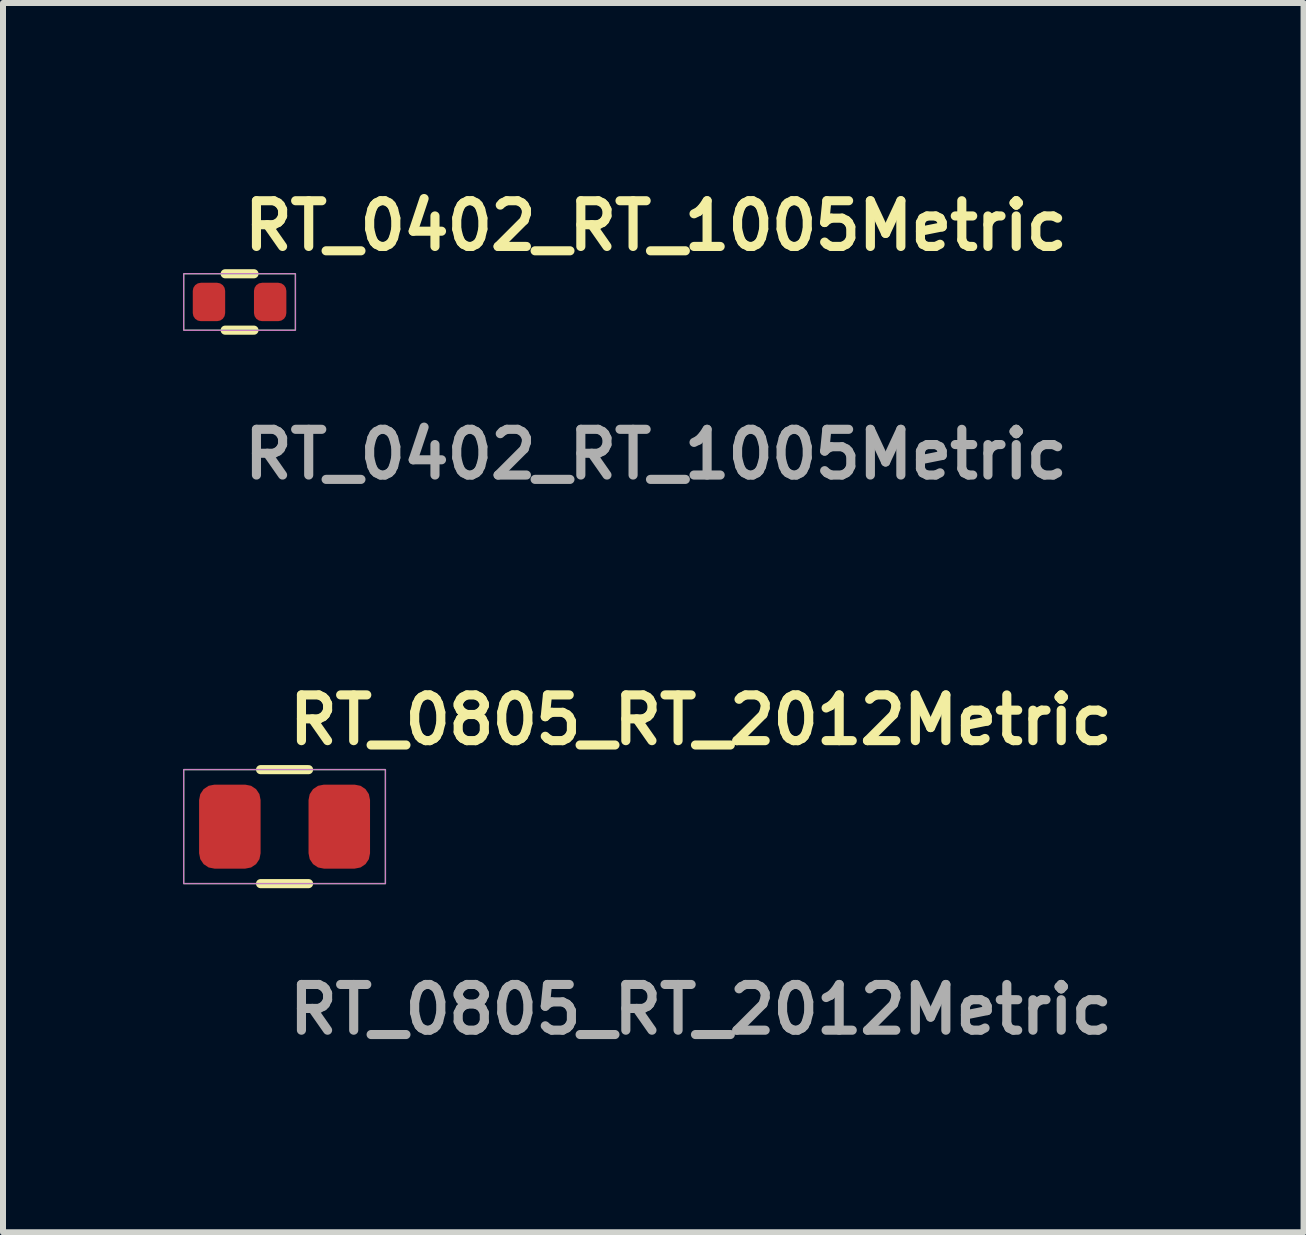
<source format=kicad_pcb>
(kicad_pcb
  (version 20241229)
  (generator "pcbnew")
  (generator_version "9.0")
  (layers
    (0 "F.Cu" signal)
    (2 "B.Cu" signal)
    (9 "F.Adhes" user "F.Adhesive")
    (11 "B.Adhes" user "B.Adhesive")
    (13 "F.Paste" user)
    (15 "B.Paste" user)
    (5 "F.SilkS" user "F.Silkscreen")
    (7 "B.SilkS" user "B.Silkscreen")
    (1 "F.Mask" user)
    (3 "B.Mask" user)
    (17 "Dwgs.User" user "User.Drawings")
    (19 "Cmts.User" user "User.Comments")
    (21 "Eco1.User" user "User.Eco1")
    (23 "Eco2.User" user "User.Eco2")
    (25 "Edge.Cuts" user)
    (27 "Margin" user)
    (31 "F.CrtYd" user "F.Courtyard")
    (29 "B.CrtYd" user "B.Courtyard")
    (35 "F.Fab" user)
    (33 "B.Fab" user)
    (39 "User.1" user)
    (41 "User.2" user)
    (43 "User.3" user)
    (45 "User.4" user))
  (footprint "RT_0805_RT_2012Metric"
    (layer "F.Cu")
    (at 1.693 10.728)
    (property "Reference" "RT_0805_RT_2012Metric" (at 0 -1.778 0) (unlocked yes) (layer "F.SilkS") (effects (font (size 0.762 0.762) (thickness 0.152)) (justify left)))
    (fp_line (start 0.4 -0.95) (end -0.4 -0.95) (stroke (width 0.152) (type solid)) (layer "F.SilkS"))
    (fp_line (start 0.4 0.95) (end -0.4 0.95) (stroke (width 0.152) (type solid)) (layer "F.SilkS"))
    (fp_rect (start -1.68 -0.95) (end 1.68 0.95) (stroke (width 0.006) (type solid)) (fill no) (layer "F.CrtYd"))
    (fp_rect (start -1.68 -0.95) (end 1.68 0.95) (stroke (width 0.025) (type default)) (fill no) (layer "F.Fab"))
    (fp_text user "${REFERENCE}" (at 0 3.048 0) (unlocked yes) (layer "F.Fab") (effects (font (size 0.762 0.762) (thickness 0.152)) (justify left)))
    (pad "1" smd roundrect (at -0.912 0) (size 1.025 1.4) (layers "F.Cu" "F.Mask" "F.Paste") (roundrect_rratio 0.25))
    (pad "2" smd roundrect (at 0.912 0) (size 1.025 1.4) (layers "F.Cu" "F.Mask" "F.Paste") (roundrect_rratio 0.25)))
  (footprint "RT_0402_RT_1005Metric"
    (layer "F.Cu")
    (at 0.943 1.983)
    (property "Reference" "RT_0402_RT_1005Metric" (at 0 -1.27 0) (unlocked yes) (layer "F.SilkS") (effects (font (size 0.762 0.762) (thickness 0.152)) (justify left)))
    (fp_line (start 0.24 -0.47) (end -0.24 -0.47) (stroke (width 0.152) (type solid)) (layer "F.SilkS"))
    (fp_line (start 0.24 0.47) (end -0.24 0.47) (stroke (width 0.152) (type solid)) (layer "F.SilkS"))
    (fp_rect (start -0.93 -0.47) (end 0.93 0.47) (stroke (width 0.006) (type solid)) (fill no) (layer "F.CrtYd"))
    (fp_rect (start -0.93 -0.47) (end 0.93 0.47) (stroke (width 0.025) (type default)) (fill no) (layer "F.Fab"))
    (fp_text user "${REFERENCE}" (at 0 2.54 0) (unlocked yes) (layer "F.Fab") (effects (font (size 0.762 0.762) (thickness 0.152)) (justify left)))
    (pad "1" smd roundrect (at -0.51 0) (size 0.54 0.64) (layers "F.Cu" "F.Mask" "F.Paste") (roundrect_rratio 0.25))
    (pad "2" smd roundrect (at 0.51 0) (size 0.54 0.64) (layers "F.Cu" "F.Mask" "F.Paste") (roundrect_rratio 0.25)))
  (gr_rect
    (start -3 -3)
    (end 18.677 17.489)
    (stroke (width 0.1) (type default))
    (fill no)
    (layer "Edge.Cuts")))
</source>
